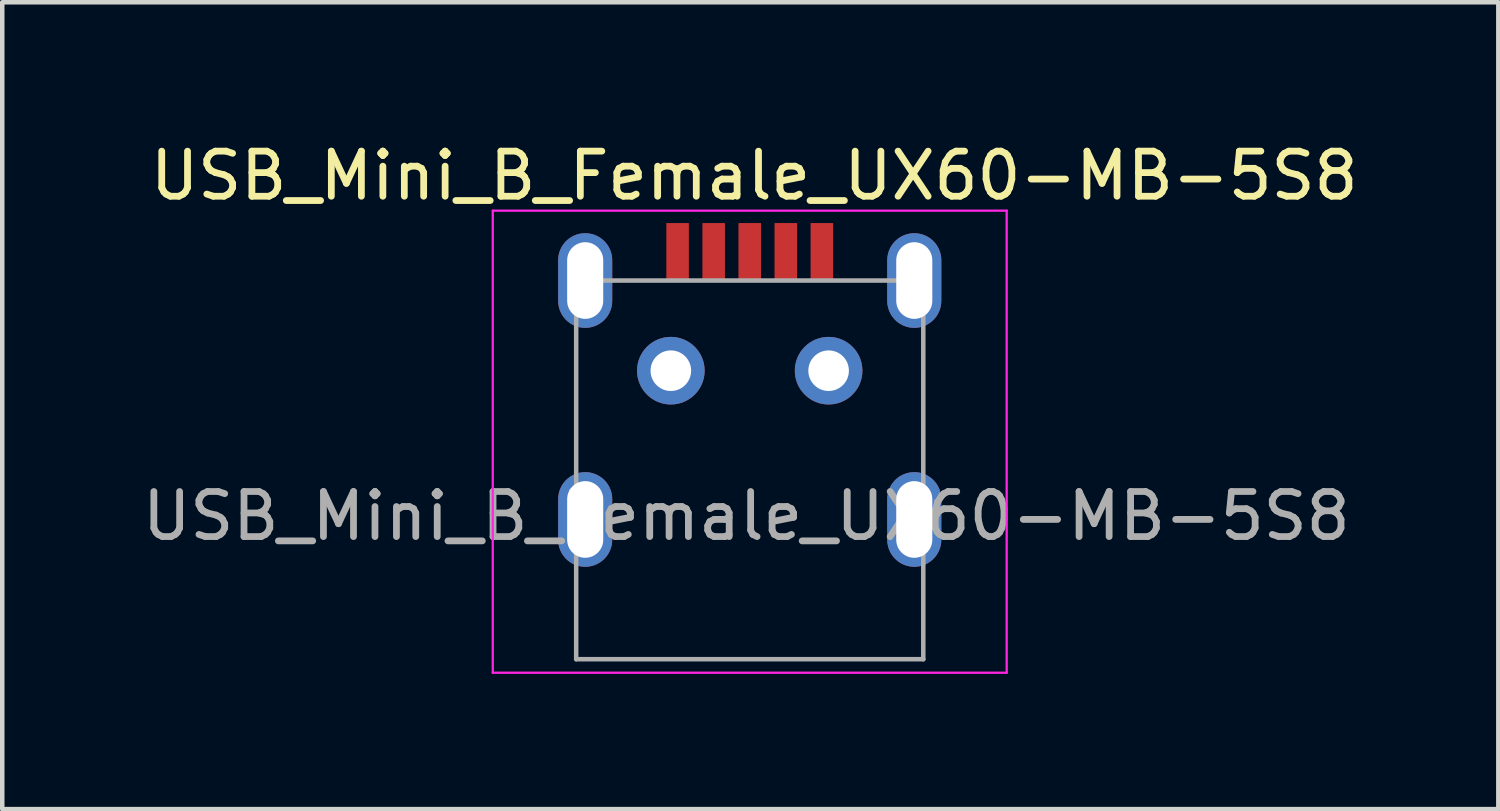
<source format=kicad_pcb>
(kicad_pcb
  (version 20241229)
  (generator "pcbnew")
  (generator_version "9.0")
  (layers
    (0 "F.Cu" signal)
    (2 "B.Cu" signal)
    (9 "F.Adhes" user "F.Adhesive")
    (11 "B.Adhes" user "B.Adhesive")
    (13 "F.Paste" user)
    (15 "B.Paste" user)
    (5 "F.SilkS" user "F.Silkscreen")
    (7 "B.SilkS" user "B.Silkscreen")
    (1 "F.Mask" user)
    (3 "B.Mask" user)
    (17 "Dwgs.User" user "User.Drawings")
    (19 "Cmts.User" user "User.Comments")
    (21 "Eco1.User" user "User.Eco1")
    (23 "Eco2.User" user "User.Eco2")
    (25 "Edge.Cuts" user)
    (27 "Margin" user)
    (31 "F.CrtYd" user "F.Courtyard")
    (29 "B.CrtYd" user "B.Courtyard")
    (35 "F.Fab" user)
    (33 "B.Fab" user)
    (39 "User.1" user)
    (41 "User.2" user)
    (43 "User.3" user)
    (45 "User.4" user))
  (footprint "USB_Mini_B_Female_UX60-MB-5S8"
    (layer "F.Cu")
    (at 13.581 5.173)
    (property "Reference" "USB_Mini_B_Female_UX60-MB-5S8" (at 0.1 -4.325 0) (layer "F.SilkS") (effects (font (size 1 1) (thickness 0.15))))
    (attr through_hole)
    (fp_line (start -5.7 -3.55) (end -5.7 6.7) (stroke (width 0.05) (type solid)) (layer "F.CrtYd"))
    (fp_line (start -5.7 -3.55) (end 5.7 -3.55) (stroke (width 0.05) (type solid)) (layer "F.CrtYd"))
    (fp_line (start -5.7 6.7) (end 5.7 6.7) (stroke (width 0.05) (type solid)) (layer "F.CrtYd"))
    (fp_line (start 5.7 -3.55) (end 5.7 6.7) (stroke (width 0.05) (type solid)) (layer "F.CrtYd"))
    (fp_line (start -3.85 -2) (end -3.85 6.4) (stroke (width 0.1) (type solid)) (layer "F.Fab"))
    (fp_line (start -3.85 6.4) (end 3.85 6.4) (stroke (width 0.1) (type solid)) (layer "F.Fab"))
    (fp_line (start 3.85 -2) (end -3.85 -2) (stroke (width 0.1) (type solid)) (layer "F.Fab"))
    (fp_line (start 3.85 -2) (end 3.85 6.4) (stroke (width 0.1) (type solid)) (layer "F.Fab"))
    (fp_text user "${REFERENCE}" (at -0.075 3.225 0) (layer "F.Fab") (effects (font (size 1 1) (thickness 0.15))))
    (pad "1" smd rect (at -1.6 -2.65) (size 0.5 1.25) (layers "F.Cu" "F.Mask" "F.Paste"))
    (pad "2" smd rect (at -0.8 -2.65) (size 0.5 1.25) (layers "F.Cu" "F.Mask" "F.Paste"))
    (pad "3" smd rect (at 0 -2.65) (size 0.5 1.25) (layers "F.Cu" "F.Mask" "F.Paste"))
    (pad "4" smd rect (at 0.8 -2.65) (size 0.5 1.25) (layers "F.Cu" "F.Mask" "F.Paste"))
    (pad "5" smd rect (at 1.6 -2.65) (size 0.5 1.25) (layers "F.Cu" "F.Mask" "F.Paste"))
    (pad "6" thru_hole oval (at -3.65 -2) (size 1.2 2.1) (drill oval 0.8 1.7) (layers "*.Cu" "*.Mask"))
    (pad "6" thru_hole oval (at -3.65 3.3) (size 1.2 2.1) (drill oval 0.8 1.7) (layers "*.Cu" "*.Mask"))
    (pad "6" thru_hole oval (at 3.65 -2) (size 1.2 2.1) (drill oval 0.8 1.7) (layers "*.Cu" "*.Mask"))
    (pad "6" thru_hole oval (at 3.65 3.3) (size 1.2 2.1) (drill oval 0.8 1.7) (layers "*.Cu" "*.Mask"))
    (pad "SH" thru_hole circle (at -1.75 0) (size 1.5 1.5) (drill 0.9) (layers "*.Cu" "*.Mask"))
    (pad "SH" thru_hole circle (at 1.75 0) (size 1.5 1.5) (drill 0.9) (layers "*.Cu" "*.Mask")))
  (gr_rect
    (start -3 -3)
    (end 30.187 14.898)
    (stroke (width 0.1) (type default))
    (fill no)
    (layer "Edge.Cuts")))
</source>
